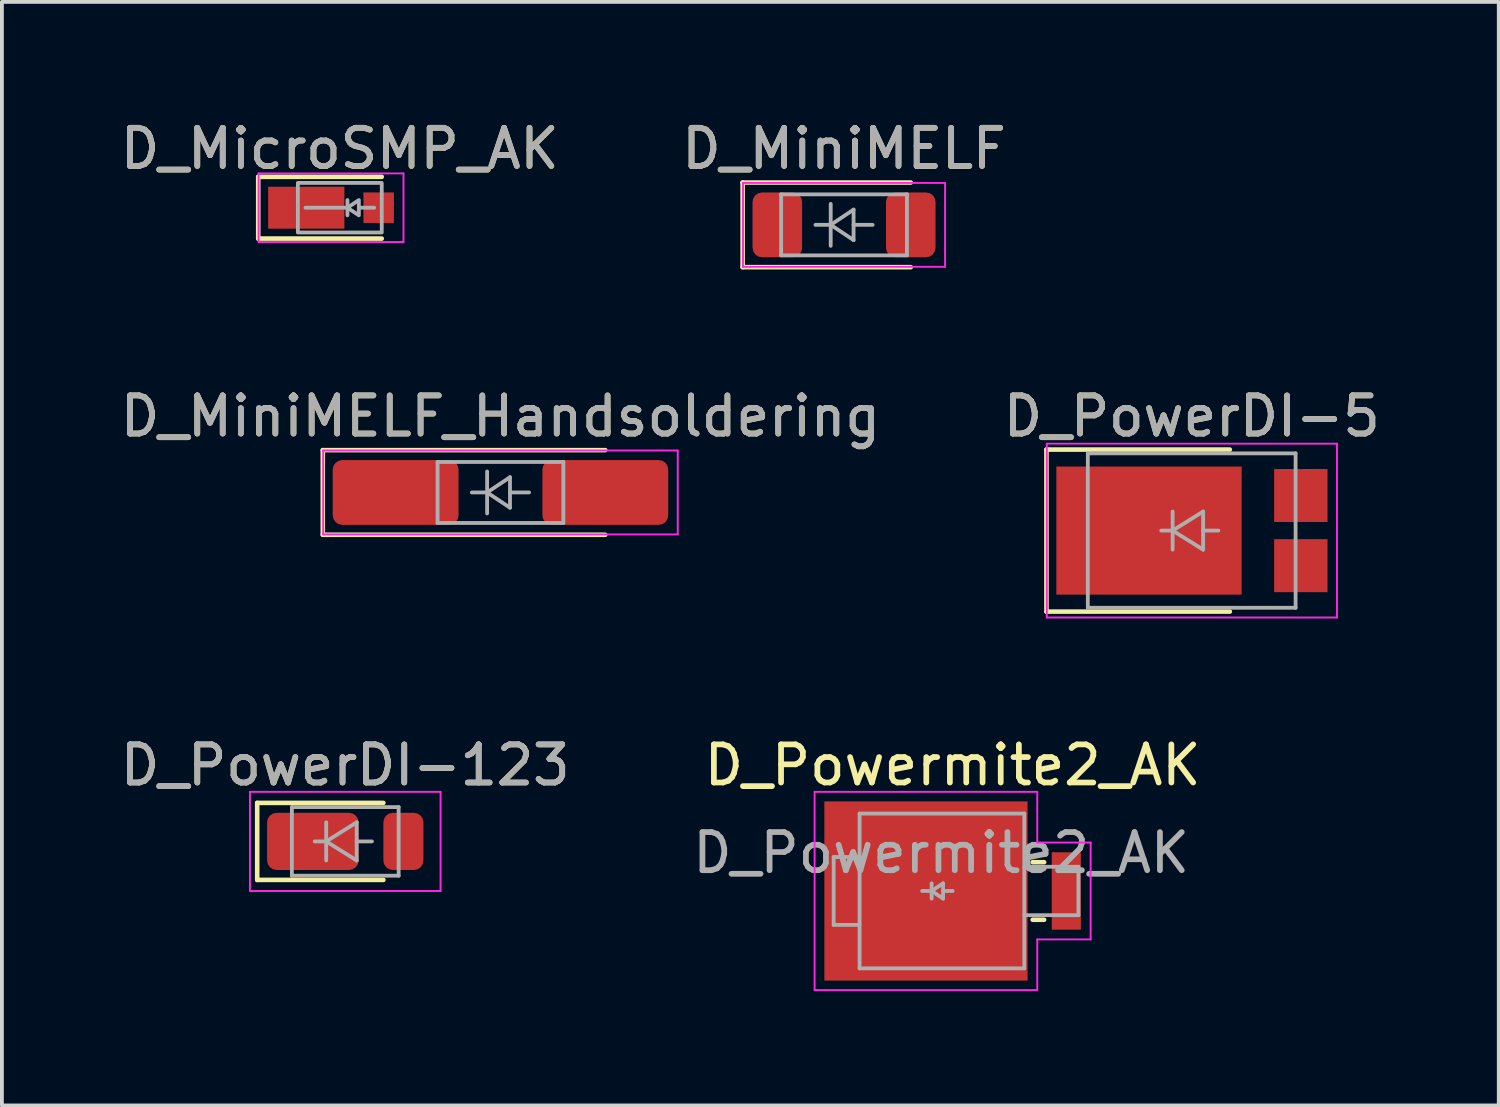
<source format=kicad_pcb>
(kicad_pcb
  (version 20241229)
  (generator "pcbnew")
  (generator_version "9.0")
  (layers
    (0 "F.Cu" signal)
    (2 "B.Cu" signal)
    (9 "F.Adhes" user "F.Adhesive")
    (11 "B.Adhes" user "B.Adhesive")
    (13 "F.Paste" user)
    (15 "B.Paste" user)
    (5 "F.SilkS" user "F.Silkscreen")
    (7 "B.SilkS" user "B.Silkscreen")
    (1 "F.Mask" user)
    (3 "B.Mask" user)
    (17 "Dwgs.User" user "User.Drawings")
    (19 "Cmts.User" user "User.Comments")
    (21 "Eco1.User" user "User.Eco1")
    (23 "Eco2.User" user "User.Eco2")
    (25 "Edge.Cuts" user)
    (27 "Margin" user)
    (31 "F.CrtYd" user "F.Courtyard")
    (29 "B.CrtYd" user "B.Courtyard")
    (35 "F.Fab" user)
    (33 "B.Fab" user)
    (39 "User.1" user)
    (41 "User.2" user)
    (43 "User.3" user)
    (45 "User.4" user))
  (footprint "D_MiniMELF_Handsoldering"
    (layer "F.Cu")
    (at 10.077 9.867)
    (property "Reference" "D_MiniMELF_Handsoldering" (at 0 -2 0) (layer "F.SilkS") (effects (font (size 1 1) (thickness 0.15))))
    (attr smd)
    (fp_line (start -4.66 -1.11) (end -4.66 1.11) (stroke (width 0.12) (type solid)) (layer "F.SilkS"))
    (fp_line (start -4.66 1.11) (end 2.75 1.11) (stroke (width 0.12) (type solid)) (layer "F.SilkS"))
    (fp_line (start 2.75 -1.11) (end -4.66 -1.11) (stroke (width 0.12) (type solid)) (layer "F.SilkS"))
    (fp_line (start -4.65 -1.1) (end 4.65 -1.1) (stroke (width 0.05) (type solid)) (layer "F.CrtYd"))
    (fp_line (start -4.65 1.1) (end -4.65 -1.1) (stroke (width 0.05) (type solid)) (layer "F.CrtYd"))
    (fp_line (start 4.65 -1.1) (end 4.65 1.1) (stroke (width 0.05) (type solid)) (layer "F.CrtYd"))
    (fp_line (start 4.65 1.1) (end -4.65 1.1) (stroke (width 0.05) (type solid)) (layer "F.CrtYd"))
    (fp_line (start -1.65 -0.8) (end 1.65 -0.8) (stroke (width 0.1) (type solid)) (layer "F.Fab"))
    (fp_line (start -1.65 0.8) (end -1.65 -0.8) (stroke (width 0.1) (type solid)) (layer "F.Fab"))
    (fp_line (start -0.75 0) (end -0.35 0) (stroke (width 0.1) (type solid)) (layer "F.Fab"))
    (fp_line (start -0.35 0) (end -0.35 -0.55) (stroke (width 0.1) (type solid)) (layer "F.Fab"))
    (fp_line (start -0.35 0) (end -0.35 0.55) (stroke (width 0.1) (type solid)) (layer "F.Fab"))
    (fp_line (start -0.35 0) (end 0.25 -0.4) (stroke (width 0.1) (type solid)) (layer "F.Fab"))
    (fp_line (start 0.25 -0.4) (end 0.25 0.4) (stroke (width 0.1) (type solid)) (layer "F.Fab"))
    (fp_line (start 0.25 0) (end 0.75 0) (stroke (width 0.1) (type solid)) (layer "F.Fab"))
    (fp_line (start 0.25 0.4) (end -0.35 0) (stroke (width 0.1) (type solid)) (layer "F.Fab"))
    (fp_line (start 1.65 -0.8) (end 1.65 0.8) (stroke (width 0.1) (type solid)) (layer "F.Fab"))
    (fp_line (start 1.65 0.8) (end -1.65 0.8) (stroke (width 0.1) (type solid)) (layer "F.Fab"))
    (fp_text user "${REFERENCE}" (at 0 -2 0) (layer "F.Fab") (effects (font (size 1 1) (thickness 0.15))))
    (pad "1" smd roundrect (at -2.75 0) (size 3.3 1.7) (layers "F.Cu" "F.Mask" "F.Paste") (roundrect_rratio 0.147))
    (pad "2" smd roundrect (at 2.75 0) (size 3.3 1.7) (layers "F.Cu" "F.Mask" "F.Paste") (roundrect_rratio 0.147)))
  (footprint "D_Powermite2_AK"
    (layer "F.Cu")
    (at 21.937 20.32)
    (property "Reference" "D_Powermite2_AK" (at 0 -3.3 0) (layer "F.SilkS") (effects (font (size 1 1) (thickness 0.15))))
    (attr smd)
    (fp_line (start 2.4 -0.755) (end 2.1 -0.755) (stroke (width 0.12) (type solid)) (layer "F.SilkS"))
    (fp_line (start 2.4 0.755) (end 2.1 0.755) (stroke (width 0.12) (type solid)) (layer "F.SilkS"))
    (fp_line (start -3.62 -2.6) (end -3.62 2.6) (stroke (width 0.05) (type solid)) (layer "F.CrtYd"))
    (fp_line (start -3.62 2.6) (end 2.22 2.6) (stroke (width 0.05) (type solid)) (layer "F.CrtYd"))
    (fp_line (start 2.22 -2.6) (end -3.62 -2.6) (stroke (width 0.05) (type solid)) (layer "F.CrtYd"))
    (fp_line (start 2.22 -1.27) (end 2.22 -2.6) (stroke (width 0.05) (type solid)) (layer "F.CrtYd"))
    (fp_line (start 2.22 1.27) (end 3.62 1.27) (stroke (width 0.05) (type solid)) (layer "F.CrtYd"))
    (fp_line (start 2.22 2.6) (end 2.22 1.27) (stroke (width 0.05) (type solid)) (layer "F.CrtYd"))
    (fp_line (start 3.62 -1.27) (end 2.22 -1.27) (stroke (width 0.05) (type solid)) (layer "F.CrtYd"))
    (fp_line (start 3.62 1.27) (end 3.62 -1.27) (stroke (width 0.05) (type solid)) (layer "F.CrtYd"))
    (fp_line (start -3.12 -0.89) (end -2.44 -0.89) (stroke (width 0.1) (type solid)) (layer "F.Fab"))
    (fp_line (start -3.12 0.89) (end -3.12 -0.89) (stroke (width 0.1) (type solid)) (layer "F.Fab"))
    (fp_line (start -2.44 -2.03) (end -2.44 2.03) (stroke (width 0.1) (type solid)) (layer "F.Fab"))
    (fp_line (start -2.44 0.89) (end -3.12 0.89) (stroke (width 0.1) (type solid)) (layer "F.Fab"))
    (fp_line (start -2.44 2.03) (end 1.88 2.03) (stroke (width 0.1) (type solid)) (layer "F.Fab"))
    (fp_line (start -0.55 0) (end -0.8 0) (stroke (width 0.1) (type solid)) (layer "F.Fab"))
    (fp_line (start -0.55 0) (end -0.25 0.2) (stroke (width 0.1) (type solid)) (layer "F.Fab"))
    (fp_line (start -0.55 0.2) (end -0.55 -0.2) (stroke (width 0.1) (type solid)) (layer "F.Fab"))
    (fp_line (start -0.25 -0.2) (end -0.55 0) (stroke (width 0.1) (type solid)) (layer "F.Fab"))
    (fp_line (start -0.25 0) (end 0 0) (stroke (width 0.1) (type solid)) (layer "F.Fab"))
    (fp_line (start -0.25 0.2) (end -0.25 -0.2) (stroke (width 0.1) (type solid)) (layer "F.Fab"))
    (fp_line (start 1.88 -2.03) (end -2.44 -2.03) (stroke (width 0.1) (type solid)) (layer "F.Fab"))
    (fp_line (start 1.88 2.03) (end 1.88 -2.03) (stroke (width 0.1) (type solid)) (layer "F.Fab"))
    (fp_line (start 3.3 -0.635) (end 1.88 -0.635) (stroke (width 0.1) (type solid)) (layer "F.Fab"))
    (fp_line (start 3.3 0.635) (end 1.88 0.635) (stroke (width 0.1) (type solid)) (layer "F.Fab"))
    (fp_line (start 3.3 0.635) (end 3.3 -0.635) (stroke (width 0.1) (type solid)) (layer "F.Fab"))
    (fp_text user "${REFERENCE}" (at -0.3 -1 0) (layer "F.Fab") (effects (font (size 1 1) (thickness 0.15))))
    (pad "1" smd rect (at -0.699 0) (size 5.33 4.7) (layers "F.Cu" "F.Mask" "F.Paste"))
    (pad "2" smd rect (at 2.982 0) (size 0.762 2.03) (layers "F.Cu" "F.Mask" "F.Paste")))
  (footprint "D_PowerDI-5"
    (layer "F.Cu")
    (at 28.208 10.867)
    (property "Reference" "D_PowerDI-5" (at 0 -3 0) (layer "F.SilkS") (effects (font (size 1 1) (thickness 0.15))))
    (attr smd)
    (fp_line (start -3.81 2.125) (end -3.81 -2.125) (stroke (width 0.12) (type solid)) (layer "F.SilkS"))
    (fp_line (start -3.81 2.125) (end 1 2.125) (stroke (width 0.12) (type solid)) (layer "F.SilkS"))
    (fp_line (start 1 -2.125) (end -3.81 -2.125) (stroke (width 0.12) (type solid)) (layer "F.SilkS"))
    (fp_line (start -3.8 -2.28) (end 3.81 -2.28) (stroke (width 0.05) (type solid)) (layer "F.CrtYd"))
    (fp_line (start -3.8 2.28) (end -3.8 -2.28) (stroke (width 0.05) (type solid)) (layer "F.CrtYd"))
    (fp_line (start 3.81 -2.28) (end 3.81 2.28) (stroke (width 0.05) (type solid)) (layer "F.CrtYd"))
    (fp_line (start 3.81 2.28) (end -3.8 2.28) (stroke (width 0.05) (type solid)) (layer "F.CrtYd"))
    (fp_line (start -2.725 -2.025) (end 2.725 -2.025) (stroke (width 0.1) (type solid)) (layer "F.Fab"))
    (fp_line (start -2.725 2.025) (end -2.725 -2.025) (stroke (width 0.1) (type solid)) (layer "F.Fab"))
    (fp_line (start -0.8 0) (end -0.5 0) (stroke (width 0.1) (type solid)) (layer "F.Fab"))
    (fp_line (start -0.5 0) (end -0.5 -0.5) (stroke (width 0.1) (type solid)) (layer "F.Fab"))
    (fp_line (start -0.5 0) (end -0.5 0.5) (stroke (width 0.1) (type solid)) (layer "F.Fab"))
    (fp_line (start -0.5 0) (end 0.3 0.5) (stroke (width 0.1) (type solid)) (layer "F.Fab"))
    (fp_line (start 0.3 -0.5) (end -0.5 0) (stroke (width 0.1) (type solid)) (layer "F.Fab"))
    (fp_line (start 0.3 0) (end 0.7 0) (stroke (width 0.1) (type solid)) (layer "F.Fab"))
    (fp_line (start 0.3 0.5) (end 0.3 -0.5) (stroke (width 0.1) (type solid)) (layer "F.Fab"))
    (fp_line (start 2.725 -2.025) (end 2.725 2.025) (stroke (width 0.1) (type solid)) (layer "F.Fab"))
    (fp_line (start 2.725 2.025) (end -2.725 2.025) (stroke (width 0.1) (type solid)) (layer "F.Fab"))
    (fp_text user "${REFERENCE}" (at 0 -3 0) (layer "F.Fab") (effects (font (size 1 1) (thickness 0.15))))
    (pad "1" smd rect (at -1.12 0 180) (size 4.86 3.36) (layers "F.Cu" "F.Mask" "F.Paste"))
    (pad "2" smd rect (at 2.862 -0.92 180) (size 1.4 1.39) (layers "F.Cu" "F.Mask" "F.Paste"))
    (pad "2" smd rect (at 2.862 0.92 180) (size 1.4 1.39) (layers "F.Cu" "F.Mask" "F.Paste")))
  (footprint "D_MicroSMP_AK"
    (layer "F.Cu")
    (at 5.863 2.398)
    (property "Reference" "D_MicroSMP_AK" (at 0 -1.55 0) (unlocked yes) (layer "F.SilkS") (effects (font (size 1 1) (thickness 0.15))))
    (attr smd)
    (fp_line (start -2.14 -0.81) (end -2.14 0.81) (stroke (width 0.12) (type solid)) (layer "F.SilkS"))
    (fp_line (start -2.14 -0.81) (end 1.1 -0.81) (stroke (width 0.12) (type solid)) (layer "F.SilkS"))
    (fp_line (start -2.14 0.81) (end 1.1 0.81) (stroke (width 0.12) (type solid)) (layer "F.SilkS"))
    (fp_line (start -2.13 -0.9) (end -2.13 0.9) (stroke (width 0.05) (type solid)) (layer "F.CrtYd"))
    (fp_line (start -2.13 -0.9) (end 1.67 -0.9) (stroke (width 0.05) (type solid)) (layer "F.CrtYd"))
    (fp_line (start -2.13 0.9) (end 1.67 0.9) (stroke (width 0.05) (type solid)) (layer "F.CrtYd"))
    (fp_line (start 1.67 -0.9) (end 1.67 0.9) (stroke (width 0.05) (type solid)) (layer "F.CrtYd"))
    (fp_line (start 0.2 -0.2) (end 0.2 0.2) (stroke (width 0.1) (type solid)) (layer "F.Fab"))
    (fp_line (start 0.2 0) (end -0.9 0) (stroke (width 0.1) (type solid)) (layer "F.Fab"))
    (fp_line (start 0.9 0) (end 0.5 0) (stroke (width 0.1) (type solid)) (layer "F.Fab"))
    (fp_rect (start -1.1 -0.65) (end 1.1 0.65) (stroke (width 0.1) (type solid)) (fill no) (layer "F.Fab"))
    (fp_poly (pts (xy 0.5 0.2) (xy 0.2 0) (xy 0.5 -0.2)) (stroke (width 0.1) (type solid)) (fill no) (layer "F.Fab"))
    (fp_text user "${REFERENCE}" (at 0 -1.55 0) (unlocked yes) (layer "F.Fab") (effects (font (size 1 1) (thickness 0.15))))
    (pad "1" smd rect (at -0.88 0) (size 2 1.1) (layers "F.Cu" "F.Mask" "F.Paste"))
    (pad "2" smd rect (at 1.02 0) (size 0.8 0.8) (layers "F.Cu" "F.Mask" "F.Paste")))
  (footprint "D_MiniMELF"
    (layer "F.Cu")
    (at 19.089 2.848)
    (property "Reference" "D_MiniMELF" (at 0 -2 0) (layer "F.SilkS") (effects (font (size 1 1) (thickness 0.15))))
    (attr smd)
    (fp_line (start -2.66 -1.11) (end -2.66 1.11) (stroke (width 0.12) (type solid)) (layer "F.SilkS"))
    (fp_line (start -2.66 1.11) (end 1.75 1.11) (stroke (width 0.12) (type solid)) (layer "F.SilkS"))
    (fp_line (start 1.75 -1.11) (end -2.66 -1.11) (stroke (width 0.12) (type solid)) (layer "F.SilkS"))
    (fp_line (start -2.65 -1.1) (end 2.65 -1.1) (stroke (width 0.05) (type solid)) (layer "F.CrtYd"))
    (fp_line (start -2.65 1.1) (end -2.65 -1.1) (stroke (width 0.05) (type solid)) (layer "F.CrtYd"))
    (fp_line (start 2.65 -1.1) (end 2.65 1.1) (stroke (width 0.05) (type solid)) (layer "F.CrtYd"))
    (fp_line (start 2.65 1.1) (end -2.65 1.1) (stroke (width 0.05) (type solid)) (layer "F.CrtYd"))
    (fp_line (start -1.65 -0.8) (end 1.65 -0.8) (stroke (width 0.1) (type solid)) (layer "F.Fab"))
    (fp_line (start -1.65 0.8) (end -1.65 -0.8) (stroke (width 0.1) (type solid)) (layer "F.Fab"))
    (fp_line (start -0.75 0) (end -0.35 0) (stroke (width 0.1) (type solid)) (layer "F.Fab"))
    (fp_line (start -0.35 0) (end -0.35 -0.55) (stroke (width 0.1) (type solid)) (layer "F.Fab"))
    (fp_line (start -0.35 0) (end -0.35 0.55) (stroke (width 0.1) (type solid)) (layer "F.Fab"))
    (fp_line (start -0.35 0) (end 0.25 -0.4) (stroke (width 0.1) (type solid)) (layer "F.Fab"))
    (fp_line (start 0.25 -0.4) (end 0.25 0.4) (stroke (width 0.1) (type solid)) (layer "F.Fab"))
    (fp_line (start 0.25 0) (end 0.75 0) (stroke (width 0.1) (type solid)) (layer "F.Fab"))
    (fp_line (start 0.25 0.4) (end -0.35 0) (stroke (width 0.1) (type solid)) (layer "F.Fab"))
    (fp_line (start 1.65 -0.8) (end 1.65 0.8) (stroke (width 0.1) (type solid)) (layer "F.Fab"))
    (fp_line (start 1.65 0.8) (end -1.65 0.8) (stroke (width 0.1) (type solid)) (layer "F.Fab"))
    (fp_text user "${REFERENCE}" (at 0 -2 0) (layer "F.Fab") (effects (font (size 1 1) (thickness 0.15))))
    (pad "1" smd roundrect (at -1.75 0) (size 1.3 1.7) (layers "F.Cu" "F.Mask" "F.Paste") (roundrect_rratio 0.192))
    (pad "2" smd roundrect (at 1.75 0) (size 1.3 1.7) (layers "F.Cu" "F.Mask" "F.Paste") (roundrect_rratio 0.192)))
  (footprint "D_PowerDI-123"
    (layer "F.Cu")
    (at 6.006 19.02)
    (property "Reference" "D_PowerDI-123" (at 0 -2 0) (layer "F.SilkS") (effects (font (size 1 1) (thickness 0.15))))
    (attr smd)
    (fp_line (start -2.31 1.01) (end -2.31 -1.01) (stroke (width 0.12) (type solid)) (layer "F.SilkS"))
    (fp_line (start -2.31 1.01) (end 1 1.01) (stroke (width 0.12) (type solid)) (layer "F.SilkS"))
    (fp_line (start 1 -1.01) (end -2.31 -1.01) (stroke (width 0.12) (type solid)) (layer "F.SilkS"))
    (fp_line (start -2.5 -1.3) (end 2.5 -1.3) (stroke (width 0.05) (type solid)) (layer "F.CrtYd"))
    (fp_line (start -2.5 1.3) (end -2.5 -1.3) (stroke (width 0.05) (type solid)) (layer "F.CrtYd"))
    (fp_line (start 2.5 -1.3) (end 2.5 1.3) (stroke (width 0.05) (type solid)) (layer "F.CrtYd"))
    (fp_line (start 2.5 1.3) (end -2.5 1.3) (stroke (width 0.05) (type solid)) (layer "F.CrtYd"))
    (fp_line (start -1.4 -0.9) (end 1.4 -0.9) (stroke (width 0.1) (type solid)) (layer "F.Fab"))
    (fp_line (start -1.4 0.9) (end -1.4 -0.9) (stroke (width 0.1) (type solid)) (layer "F.Fab"))
    (fp_line (start -0.8 0) (end -0.5 0) (stroke (width 0.1) (type solid)) (layer "F.Fab"))
    (fp_line (start -0.5 0) (end -0.5 -0.5) (stroke (width 0.1) (type solid)) (layer "F.Fab"))
    (fp_line (start -0.5 0) (end -0.5 0.5) (stroke (width 0.1) (type solid)) (layer "F.Fab"))
    (fp_line (start -0.5 0) (end 0.3 0.5) (stroke (width 0.1) (type solid)) (layer "F.Fab"))
    (fp_line (start 0.3 -0.5) (end -0.5 0) (stroke (width 0.1) (type solid)) (layer "F.Fab"))
    (fp_line (start 0.3 0) (end 0.7 0) (stroke (width 0.1) (type solid)) (layer "F.Fab"))
    (fp_line (start 0.3 0.5) (end 0.3 -0.5) (stroke (width 0.1) (type solid)) (layer "F.Fab"))
    (fp_line (start 1.4 -0.9) (end 1.4 0.9) (stroke (width 0.1) (type solid)) (layer "F.Fab"))
    (fp_line (start 1.4 0.9) (end -1.4 0.9) (stroke (width 0.1) (type solid)) (layer "F.Fab"))
    (fp_text user "${REFERENCE}" (at 0 -2 0) (layer "F.Fab") (effects (font (size 1 1) (thickness 0.15))))
    (pad "1" smd roundrect (at -0.85 0 180) (size 2.4 1.5) (layers "F.Cu" "F.Mask" "F.Paste") (roundrect_rratio 0.167))
    (pad "2" smd roundrect (at 1.525 0 180) (size 1.05 1.5) (layers "F.Cu" "F.Mask" "F.Paste") (roundrect_rratio 0.238)))
  (gr_rect
    (start -3 -3)
    (end 36.262 25.945)
    (stroke (width 0.1) (type default))
    (fill no)
    (layer "Edge.Cuts")))
</source>
